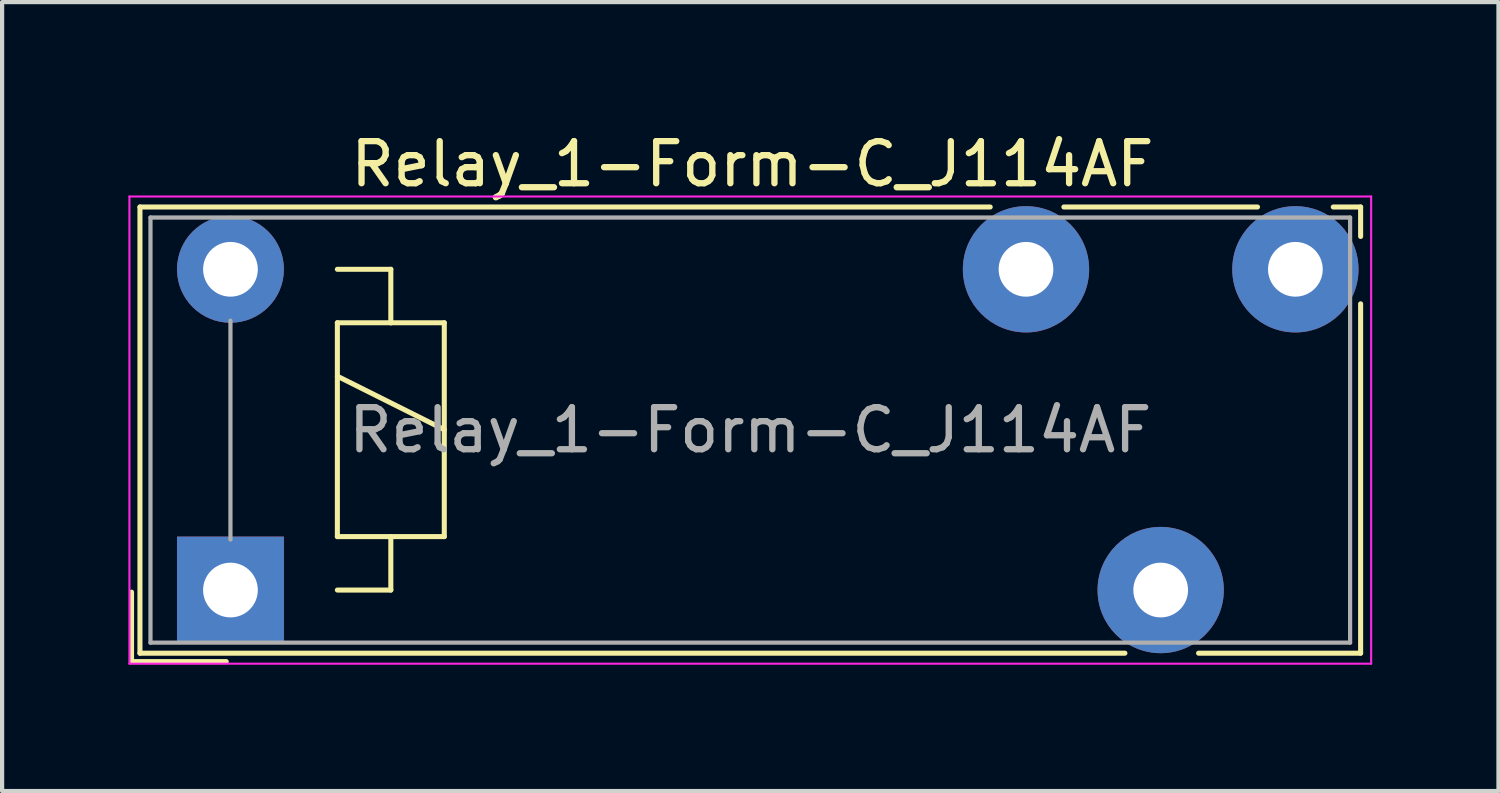
<source format=kicad_pcb>
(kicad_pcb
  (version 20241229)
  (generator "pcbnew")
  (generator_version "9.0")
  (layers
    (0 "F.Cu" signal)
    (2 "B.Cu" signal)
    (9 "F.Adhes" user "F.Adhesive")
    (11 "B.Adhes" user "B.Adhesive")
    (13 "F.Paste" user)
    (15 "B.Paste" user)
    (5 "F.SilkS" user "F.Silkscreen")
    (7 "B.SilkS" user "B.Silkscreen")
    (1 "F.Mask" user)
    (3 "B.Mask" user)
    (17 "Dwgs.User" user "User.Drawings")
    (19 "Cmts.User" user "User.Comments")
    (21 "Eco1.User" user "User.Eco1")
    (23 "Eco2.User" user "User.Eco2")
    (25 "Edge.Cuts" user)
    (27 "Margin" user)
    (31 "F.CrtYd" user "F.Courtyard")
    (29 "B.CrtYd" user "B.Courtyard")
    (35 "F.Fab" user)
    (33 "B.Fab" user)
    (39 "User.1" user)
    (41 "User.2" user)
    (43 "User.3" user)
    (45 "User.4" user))
  (footprint "Relay_1-Form-C_J114AF"
    (layer "F.Cu")
    (at 2.425 10.968)
    (property "Reference" "Relay_1-Form-C_J114AF" (at 12.4 -10.12 0) (layer "F.SilkS") (effects (font (size 1 1) (thickness 0.15))))
    (attr through_hole)
    (fp_line (start -2.35 0.05) (end -2.35 1.7) (stroke (width 0.12) (type solid)) (layer "F.SilkS"))
    (fp_line (start -2.35 1.7) (end -0.1 1.7) (stroke (width 0.12) (type solid)) (layer "F.SilkS"))
    (fp_line (start -2.15 -9.1) (end 18.05 -9.1) (stroke (width 0.12) (type solid)) (layer "F.SilkS"))
    (fp_line (start -2.15 1.5) (end -2.15 -9.1) (stroke (width 0.12) (type solid)) (layer "F.SilkS"))
    (fp_line (start 2.54 -7.62) (end 3.81 -7.62) (stroke (width 0.12) (type solid)) (layer "F.SilkS"))
    (fp_line (start 2.54 -6.35) (end 3.81 -6.35) (stroke (width 0.12) (type solid)) (layer "F.SilkS"))
    (fp_line (start 2.54 -5.08) (end 5.08 -3.81) (stroke (width 0.12) (type solid)) (layer "F.SilkS"))
    (fp_line (start 2.54 -1.27) (end 2.54 -6.35) (stroke (width 0.12) (type solid)) (layer "F.SilkS"))
    (fp_line (start 3.81 -7.62) (end 3.81 -6.35) (stroke (width 0.12) (type solid)) (layer "F.SilkS"))
    (fp_line (start 3.81 -6.35) (end 5.08 -6.35) (stroke (width 0.12) (type solid)) (layer "F.SilkS"))
    (fp_line (start 3.81 -1.27) (end 3.81 0) (stroke (width 0.12) (type solid)) (layer "F.SilkS"))
    (fp_line (start 3.81 0) (end 2.54 0) (stroke (width 0.12) (type solid)) (layer "F.SilkS"))
    (fp_line (start 5.08 -6.35) (end 5.08 -1.27) (stroke (width 0.12) (type solid)) (layer "F.SilkS"))
    (fp_line (start 5.08 -1.27) (end 2.54 -1.27) (stroke (width 0.12) (type solid)) (layer "F.SilkS"))
    (fp_line (start 19.8 -9.1) (end 24.4 -9.1) (stroke (width 0.12) (type solid)) (layer "F.SilkS"))
    (fp_line (start 21.25 1.5) (end -2.15 1.5) (stroke (width 0.12) (type solid)) (layer "F.SilkS"))
    (fp_line (start 26.2 -9.1) (end 26.85 -9.1) (stroke (width 0.12) (type solid)) (layer "F.SilkS"))
    (fp_line (start 26.85 -9.1) (end 26.85 -8.4) (stroke (width 0.12) (type solid)) (layer "F.SilkS"))
    (fp_line (start 26.85 -6.8) (end 26.85 1.5) (stroke (width 0.12) (type solid)) (layer "F.SilkS"))
    (fp_line (start 26.85 1.5) (end 23 1.5) (stroke (width 0.12) (type solid)) (layer "F.SilkS"))
    (fp_line (start -2.4 -9.35) (end -2.4 1.75) (stroke (width 0.05) (type solid)) (layer "F.CrtYd"))
    (fp_line (start -2.4 1.75) (end 27.1 1.75) (stroke (width 0.05) (type solid)) (layer "F.CrtYd"))
    (fp_line (start 27.1 -9.35) (end -2.4 -9.35) (stroke (width 0.05) (type solid)) (layer "F.CrtYd"))
    (fp_line (start 27.1 1.75) (end 27.1 -9.35) (stroke (width 0.05) (type solid)) (layer "F.CrtYd"))
    (fp_line (start -1.9 -8.85) (end 26.6 -8.85) (stroke (width 0.1) (type solid)) (layer "F.Fab"))
    (fp_line (start -1.9 1.25) (end -1.9 -8.85) (stroke (width 0.1) (type solid)) (layer "F.Fab"))
    (fp_line (start 0 -6.4) (end 0 -1.2) (stroke (width 0.1) (type solid)) (layer "F.Fab"))
    (fp_line (start 26.6 -8.85) (end 26.6 1.25) (stroke (width 0.1) (type solid)) (layer "F.Fab"))
    (fp_line (start 26.6 1.25) (end -1.9 1.25) (stroke (width 0.1) (type solid)) (layer "F.Fab"))
    (fp_text user "${REFERENCE}" (at 12.35 -3.8 0) (layer "F.Fab") (effects (font (size 1 1) (thickness 0.15))))
    (pad "11" thru_hole circle (at 22.1 0) (size 3 3) (drill 1.3) (layers "*.Cu" "*.Mask"))
    (pad "12" thru_hole circle (at 18.9 -7.62) (size 3 3) (drill 1.3) (layers "*.Cu" "*.Mask"))
    (pad "14" thru_hole circle (at 25.3 -7.62) (size 3 3) (drill 1.3) (layers "*.Cu" "*.Mask"))
    (pad "A1" thru_hole rect (at 0 0) (size 2.54 2.54) (drill 1.3) (layers "*.Cu" "*.Mask"))
    (pad "A2" thru_hole circle (at 0 -7.62) (size 2.54 2.54) (drill 1.3) (layers "*.Cu" "*.Mask")))
  (gr_rect
    (start -3 -3)
    (end 32.55 15.743)
    (stroke (width 0.1) (type default))
    (fill no)
    (layer "Edge.Cuts")))
</source>
